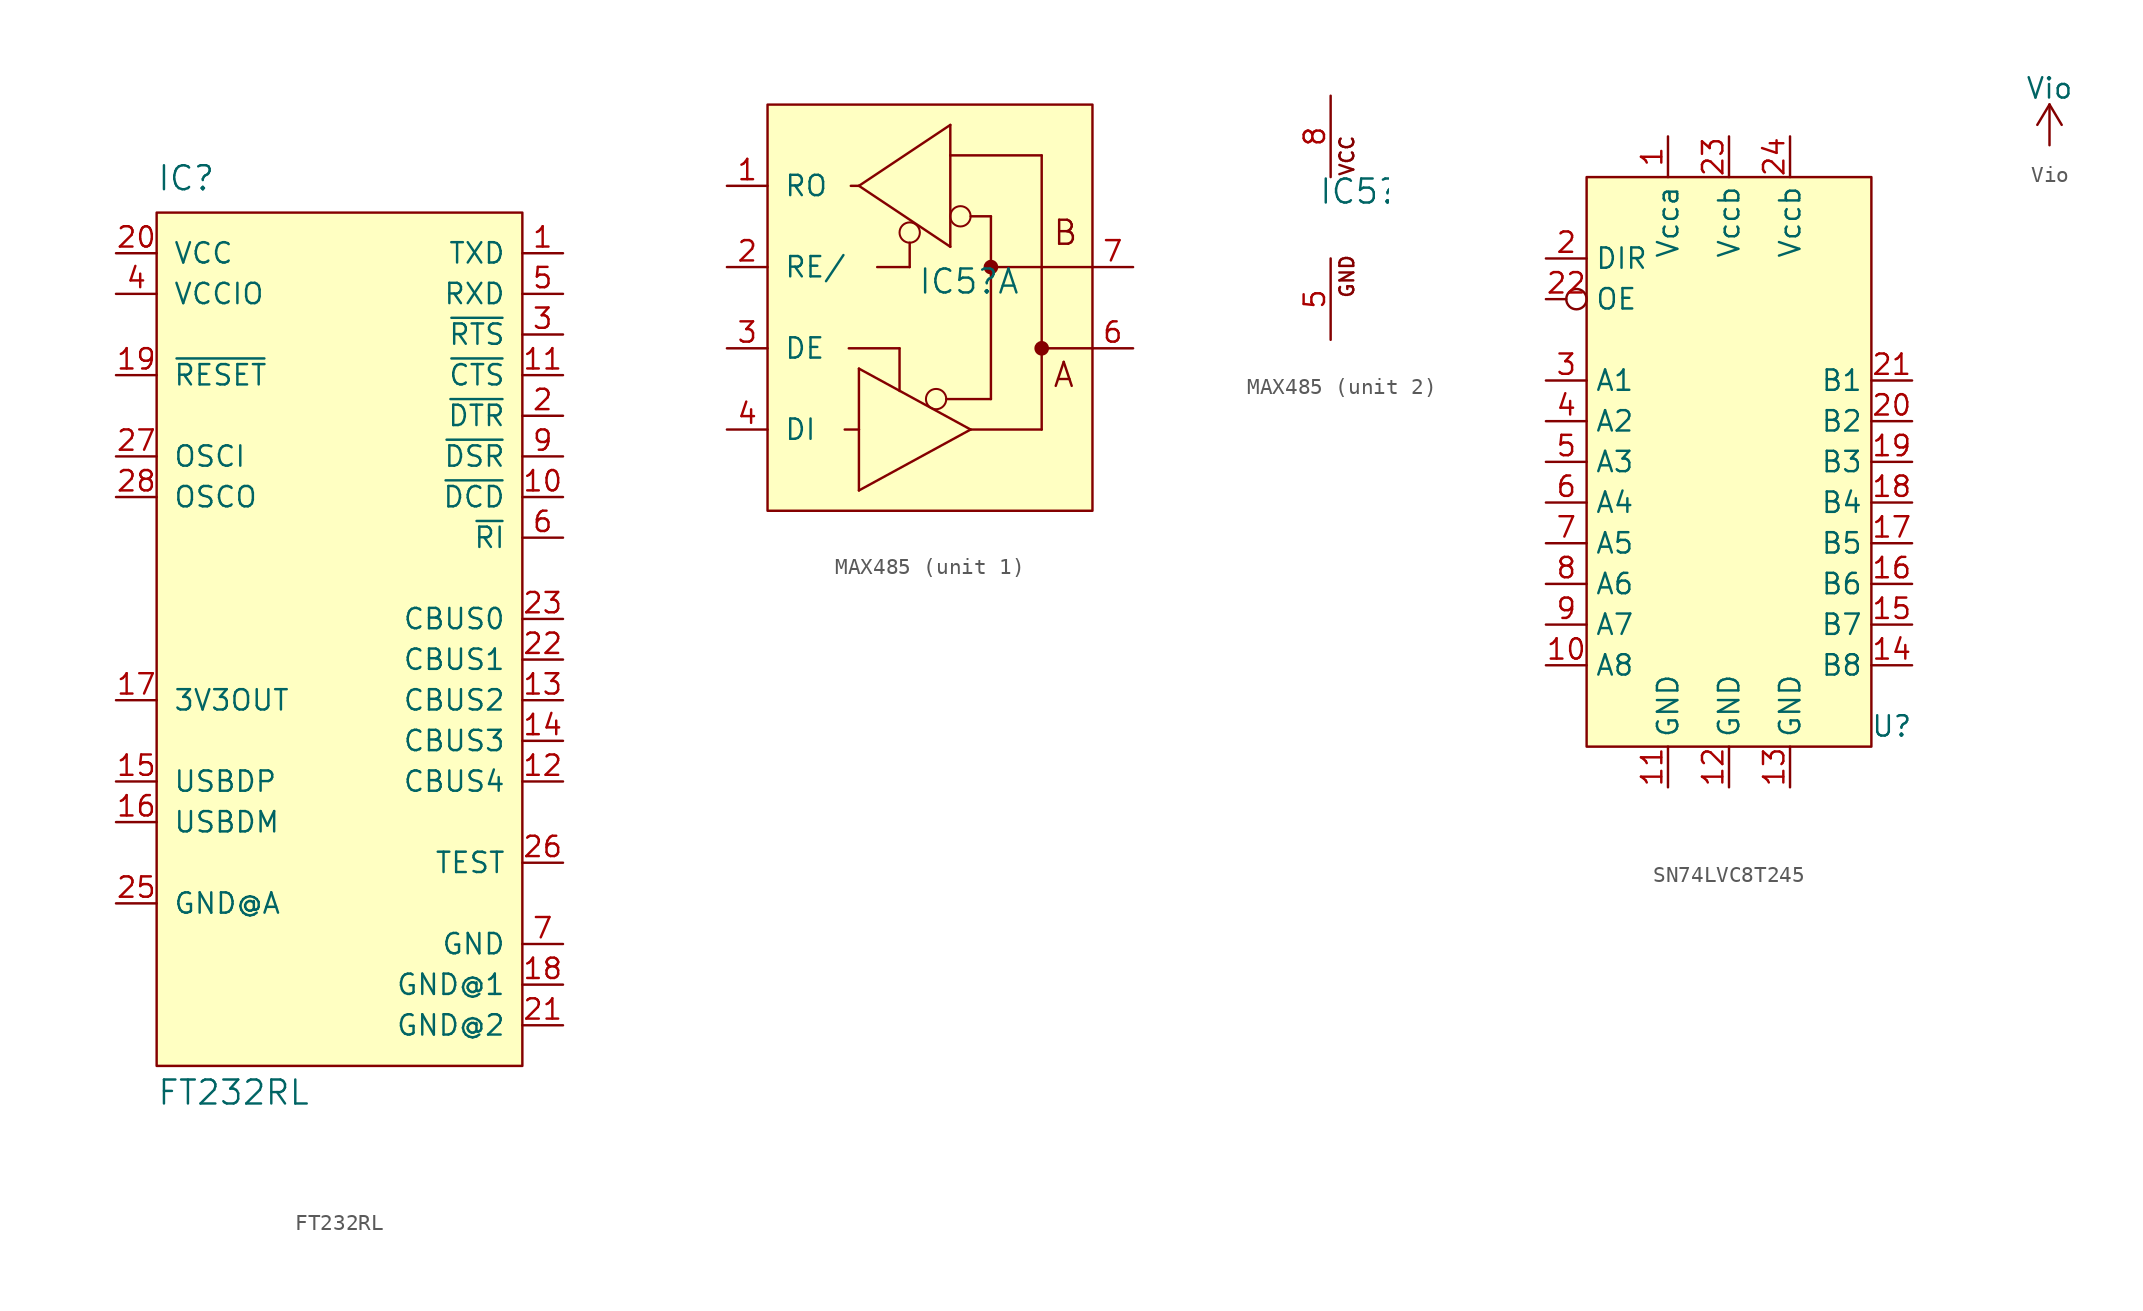
<source format=kicad_sym>
(kicad_symbol_lib
  (version 20231120)
  (generator "kicad_symbol_editor")
  (generator_version "8.0")
  (symbol "FT232RL"
    (pin_names
      (offset 1.016))
    (property "Reference" "IC"
      (at -10.16 26.67 0)
      (effects (font (size 1.499 1.499)) (justify left bottom)))
    (property "Value" "FT232RL"
      (at -10.16 -30.48 0)
      (effects (font (size 1.499 1.499)) (justify left bottom)))
    (property "ki_locked" ""
      (at 0 0 0)
      (effects (font (size 1.27 1.27))))
    (symbol "FT232RL_1_0"
      (pin output line (at 15.24 22.86 180) (length 2.54) (name "TXD" (effects (font (size 1.27 1.27)))) (number "1" (effects (font (size 1.27 1.27)))))
      (pin input line (at 15.24 7.62 180) (length 2.54) (name "~{DCD}" (effects (font (size 1.27 1.27)))) (number "10" (effects (font (size 1.27 1.27)))))
      (pin input line (at 15.24 15.24 180) (length 2.54) (name "~{CTS}" (effects (font (size 1.27 1.27)))) (number "11" (effects (font (size 1.27 1.27)))))
      (pin bidirectional line (at 15.24 -10.16 180) (length 2.54) (name "CBUS4" (effects (font (size 1.27 1.27)))) (number "12" (effects (font (size 1.27 1.27)))))
      (pin bidirectional line (at 15.24 -5.08 180) (length 2.54) (name "CBUS2" (effects (font (size 1.27 1.27)))) (number "13" (effects (font (size 1.27 1.27)))))
      (pin bidirectional line (at 15.24 -7.62 180) (length 2.54) (name "CBUS3" (effects (font (size 1.27 1.27)))) (number "14" (effects (font (size 1.27 1.27)))))
      (pin bidirectional line (at -12.7 -10.16 0) (length 2.54) (name "USBDP" (effects (font (size 1.27 1.27)))) (number "15" (effects (font (size 1.27 1.27)))))
      (pin bidirectional line (at -12.7 -12.7 0) (length 2.54) (name "USBDM" (effects (font (size 1.27 1.27)))) (number "16" (effects (font (size 1.27 1.27)))))
      (pin output line (at -12.7 -5.08 0) (length 2.54) (name "3V3OUT" (effects (font (size 1.27 1.27)))) (number "17" (effects (font (size 1.27 1.27)))))
      (pin power_in line (at 15.24 -22.86 180) (length 2.54) (name "GND@1" (effects (font (size 1.27 1.27)))) (number "18" (effects (font (size 1.27 1.27)))))
      (pin input line (at -12.7 15.24 0) (length 2.54) (name "~{RESET}" (effects (font (size 1.27 1.27)))) (number "19" (effects (font (size 1.27 1.27)))))
      (pin output line (at 15.24 12.7 180) (length 2.54) (name "~{DTR}" (effects (font (size 1.27 1.27)))) (number "2" (effects (font (size 1.27 1.27)))))
      (pin power_in line (at -12.7 22.86 0) (length 2.54) (name "VCC" (effects (font (size 1.27 1.27)))) (number "20" (effects (font (size 1.27 1.27)))))
      (pin power_in line (at 15.24 -25.4 180) (length 2.54) (name "GND@2" (effects (font (size 1.27 1.27)))) (number "21" (effects (font (size 1.27 1.27)))))
      (pin bidirectional line (at 15.24 -2.54 180) (length 2.54) (name "CBUS1" (effects (font (size 1.27 1.27)))) (number "22" (effects (font (size 1.27 1.27)))))
      (pin bidirectional line (at 15.24 0 180) (length 2.54) (name "CBUS0" (effects (font (size 1.27 1.27)))) (number "23" (effects (font (size 1.27 1.27)))))
      (pin power_in line (at -12.7 -17.78 0) (length 2.54) (name "GND@A" (effects (font (size 1.27 1.27)))) (number "25" (effects (font (size 1.27 1.27)))))
      (pin input line (at 15.24 -15.24 180) (length 2.54) (name "TEST" (effects (font (size 1.27 1.27)))) (number "26" (effects (font (size 1.27 1.27)))))
      (pin input line (at -12.7 10.16 0) (length 2.54) (name "OSCI" (effects (font (size 1.27 1.27)))) (number "27" (effects (font (size 1.27 1.27)))))
      (pin output line (at -12.7 7.62 0) (length 2.54) (name "OSCO" (effects (font (size 1.27 1.27)))) (number "28" (effects (font (size 1.27 1.27)))))
      (pin output line (at 15.24 17.78 180) (length 2.54) (name "~{RTS}" (effects (font (size 1.27 1.27)))) (number "3" (effects (font (size 1.27 1.27)))))
      (pin power_in line (at -12.7 20.32 0) (length 2.54) (name "VCCIO" (effects (font (size 1.27 1.27)))) (number "4" (effects (font (size 1.27 1.27)))))
      (pin input line (at 15.24 20.32 180) (length 2.54) (name "RXD" (effects (font (size 1.27 1.27)))) (number "5" (effects (font (size 1.27 1.27)))))
      (pin input line (at 15.24 5.08 180) (length 2.54) (name "~{RI}" (effects (font (size 1.27 1.27)))) (number "6" (effects (font (size 1.27 1.27)))))
      (pin power_in line (at 15.24 -20.32 180) (length 2.54) (name "GND" (effects (font (size 1.27 1.27)))) (number "7" (effects (font (size 1.27 1.27)))))
      (pin input line (at 15.24 10.16 180) (length 2.54) (name "~{DSR}" (effects (font (size 1.27 1.27)))) (number "9" (effects (font (size 1.27 1.27))))))
    (symbol "FT232RL_1_1"
      (rectangle (start -10.16 25.4) (end 12.7 -27.94) (stroke (width 0) (type default)) (fill (type background)))))
  (symbol "MAX485"
    (pin_names
      (offset 1.016))
    (property "Reference" "IC5"
      (at -0.762 0.762 0)
      (effects (font (size 1.499 1.499)) (justify left bottom)))
    (property "ki_locked" ""
      (at 0 0 0)
      (effects (font (size 1.27 1.27))))
    (symbol "MAX485_1_0"
      (circle (center -1.27 4.699) (radius 0.635) (stroke (width 0.127) (type solid)) (fill (type none)))
      (polyline (pts (xy -5.334 -7.62) (xy -4.445 -7.62)) (stroke (width 0) (type solid)) (fill (type none)))
      (polyline (pts (xy -5.08 -2.54) (xy -1.905 -2.54)) (stroke (width 0) (type solid)) (fill (type none)))
      (polyline (pts (xy -4.953 7.62) (xy -4.445 7.62)) (stroke (width 0) (type solid)) (fill (type none)))
      (polyline (pts (xy -4.445 -11.43) (xy -4.445 -7.62)) (stroke (width 0) (type solid)) (fill (type none)))
      (polyline (pts (xy -4.445 -7.62) (xy -4.445 -3.81)) (stroke (width 0) (type solid)) (fill (type none)))
      (polyline (pts (xy -4.445 -3.81) (xy 2.54 -7.62)) (stroke (width 0) (type solid)) (fill (type none)))
      (polyline (pts (xy -4.445 7.62) (xy 1.27 11.43)) (stroke (width 0) (type solid)) (fill (type none)))
      (polyline (pts (xy -3.302 2.54) (xy -1.27 2.54)) (stroke (width 0) (type solid)) (fill (type none)))
      (polyline (pts (xy -1.905 -2.54) (xy -1.905 -5.207)) (stroke (width 0) (type solid)) (fill (type none)))
      (polyline (pts (xy -1.27 2.54) (xy -1.27 4.064)) (stroke (width 0) (type solid)) (fill (type none)))
      (polyline (pts (xy 1.016 -5.715) (xy 3.81 -5.715)) (stroke (width 0) (type solid)) (fill (type none)))
      (polyline (pts (xy 1.27 3.81) (xy -4.445 7.62)) (stroke (width 0) (type solid)) (fill (type none)))
      (polyline (pts (xy 1.27 9.525) (xy 1.27 3.81)) (stroke (width 0) (type solid)) (fill (type none)))
      (polyline (pts (xy 1.27 9.525) (xy 6.985 9.525)) (stroke (width 0) (type solid)) (fill (type none)))
      (polyline (pts (xy 1.27 11.43) (xy 1.27 9.525)) (stroke (width 0) (type solid)) (fill (type none)))
      (polyline (pts (xy 2.54 -7.62) (xy -4.445 -11.43)) (stroke (width 0) (type solid)) (fill (type none)))
      (polyline (pts (xy 2.54 -7.62) (xy 6.985 -7.62)) (stroke (width 0) (type solid)) (fill (type none)))
      (polyline (pts (xy 3.81 -5.715) (xy 3.81 2.54)) (stroke (width 0) (type solid)) (fill (type none)))
      (polyline (pts (xy 3.81 2.54) (xy 3.81 5.715)) (stroke (width 0) (type solid)) (fill (type none)))
      (polyline (pts (xy 3.81 5.715) (xy 2.54 5.715)) (stroke (width 0) (type solid)) (fill (type none)))
      (polyline (pts (xy 6.985 -7.62) (xy 6.985 -2.54)) (stroke (width 0) (type solid)) (fill (type none)))
      (polyline (pts (xy 6.985 -2.54) (xy 6.985 9.525)) (stroke (width 0) (type solid)) (fill (type none)))
      (polyline (pts (xy 10.16 -2.54) (xy 6.985 -2.54)) (stroke (width 0) (type solid)) (fill (type none)))
      (polyline (pts (xy 10.16 2.54) (xy 3.81 2.54)) (stroke (width 0) (type solid)) (fill (type none)))
      (circle (center 0.381 -5.715) (radius 0.635) (stroke (width 0.127) (type solid)) (fill (type none)))
      (circle (center 1.905 5.715) (radius 0.635) (stroke (width 0.127) (type solid)) (fill (type none)))
      (circle (center 3.81 2.54) (radius 0.254) (stroke (width 0.406) (type solid)) (fill (type none)))
      (circle (center 6.985 -2.54) (radius 0.254) (stroke (width 0.406) (type solid)) (fill (type none)))
      (text "A" (at 7.62 -5.08 0) (effects (font (size 1.499 1.499)) (justify left bottom)))
      (text "B" (at 7.62 3.81 0) (effects (font (size 1.499 1.499)) (justify left bottom)))
      (pin output line (at -12.7 7.62 0) (length 2.54) (name "RO" (effects (font (size 1.27 1.27)))) (number "1" (effects (font (size 1.27 1.27)))))
      (pin input line (at -12.7 2.54 0) (length 2.54) (name "RE/" (effects (font (size 1.27 1.27)))) (number "2" (effects (font (size 1.27 1.27)))))
      (pin input line (at -12.7 -2.54 0) (length 2.54) (name "DE" (effects (font (size 1.27 1.27)))) (number "3" (effects (font (size 1.27 1.27)))))
      (pin input line (at -12.7 -7.62 0) (length 2.54) (name "DI" (effects (font (size 1.27 1.27)))) (number "4" (effects (font (size 1.27 1.27)))))
      (pin passive line (at 12.7 -2.54 180) (length 2.54) (name "A" (effects (font (size 0 0)))) (number "6" (effects (font (size 1.27 1.27)))))
      (pin passive line (at 12.7 2.54 180) (length 2.54) (name "B" (effects (font (size 0 0)))) (number "7" (effects (font (size 1.27 1.27))))))
    (symbol "MAX485_1_1"
      (rectangle (start -10.16 12.7) (end 10.16 -12.7) (stroke (width 0) (type default)) (fill (type background))))
    (symbol "MAX485_2_0"
      (text "GND" (at 1.524 -5.08 900) (effects (font (size 0.864 0.864)) (justify left bottom)))
      (text "VCC" (at 1.524 2.54 900) (effects (font (size 0.864 0.864)) (justify left bottom)))
      (pin power_in line (at 0 -7.62 90) (length 5.08) (name "GND" (effects (font (size 0 0)))) (number "5" (effects (font (size 1.27 1.27)))))
      (pin power_in line (at 0 7.62 270) (length 5.08) (name "VCC" (effects (font (size 0 0)))) (number "8" (effects (font (size 1.27 1.27)))))))
  (symbol "SN74LVC8T245"
    (property "Reference" "U"
      (at 10.16 1.27 0)
      (effects (font (size 1.27 1.27))))
    (property "Value" ""
      (at -2.54 0 0)
      (effects (font (size 1.27 1.27))))
    (symbol "SN74LVC8T245_0_1"
      (rectangle (start -8.89 35.56) (end 8.89 0) (stroke (width 0) (type default)) (fill (type background))))
    (symbol "SN74LVC8T245_1_1"
      (pin power_in line (at -3.81 38.1 270) (length 2.54) (name "Vcca" (effects (font (size 1.27 1.27)))) (number "1" (effects (font (size 1.27 1.27)))))
      (pin bidirectional line (at -11.43 5.08 0) (length 2.54) (name "A8" (effects (font (size 1.27 1.27)))) (number "10" (effects (font (size 1.27 1.27)))))
      (pin power_in line (at -3.81 -2.54 90) (length 2.54) (name "GND" (effects (font (size 1.27 1.27)))) (number "11" (effects (font (size 1.27 1.27)))))
      (pin power_in line (at 0 -2.54 90) (length 2.54) (name "GND" (effects (font (size 1.27 1.27)))) (number "12" (effects (font (size 1.27 1.27)))))
      (pin power_in line (at 3.81 -2.54 90) (length 2.54) (name "GND" (effects (font (size 1.27 1.27)))) (number "13" (effects (font (size 1.27 1.27)))))
      (pin bidirectional line (at 11.43 5.08 180) (length 2.54) (name "B8" (effects (font (size 1.27 1.27)))) (number "14" (effects (font (size 1.27 1.27)))))
      (pin bidirectional line (at 11.43 7.62 180) (length 2.54) (name "B7" (effects (font (size 1.27 1.27)))) (number "15" (effects (font (size 1.27 1.27)))))
      (pin bidirectional line (at 11.43 10.16 180) (length 2.54) (name "B6" (effects (font (size 1.27 1.27)))) (number "16" (effects (font (size 1.27 1.27)))))
      (pin bidirectional line (at 11.43 12.7 180) (length 2.54) (name "B5" (effects (font (size 1.27 1.27)))) (number "17" (effects (font (size 1.27 1.27)))))
      (pin bidirectional line (at 11.43 15.24 180) (length 2.54) (name "B4" (effects (font (size 1.27 1.27)))) (number "18" (effects (font (size 1.27 1.27)))))
      (pin bidirectional line (at 11.43 17.78 180) (length 2.54) (name "B3" (effects (font (size 1.27 1.27)))) (number "19" (effects (font (size 1.27 1.27)))))
      (pin input line (at -11.43 30.48 0) (length 2.54) (name "DIR" (effects (font (size 1.27 1.27)))) (number "2" (effects (font (size 1.27 1.27)))))
      (pin bidirectional line (at 11.43 20.32 180) (length 2.54) (name "B2" (effects (font (size 1.27 1.27)))) (number "20" (effects (font (size 1.27 1.27)))))
      (pin bidirectional line (at 11.43 22.86 180) (length 2.54) (name "B1" (effects (font (size 1.27 1.27)))) (number "21" (effects (font (size 1.27 1.27)))))
      (pin input inverted (at -11.43 27.94 0) (length 2.54) (name "OE" (effects (font (size 1.27 1.27)))) (number "22" (effects (font (size 1.27 1.27)))))
      (pin power_in line (at 0 38.1 270) (length 2.54) (name "Vccb" (effects (font (size 1.27 1.27)))) (number "23" (effects (font (size 1.27 1.27)))))
      (pin power_in line (at 3.81 38.1 270) (length 2.54) (name "Vccb" (effects (font (size 1.27 1.27)))) (number "24" (effects (font (size 1.27 1.27)))))
      (pin bidirectional line (at -11.43 22.86 0) (length 2.54) (name "A1" (effects (font (size 1.27 1.27)))) (number "3" (effects (font (size 1.27 1.27)))))
      (pin bidirectional line (at -11.43 20.32 0) (length 2.54) (name "A2" (effects (font (size 1.27 1.27)))) (number "4" (effects (font (size 1.27 1.27)))))
      (pin bidirectional line (at -11.43 17.78 0) (length 2.54) (name "A3" (effects (font (size 1.27 1.27)))) (number "5" (effects (font (size 1.27 1.27)))))
      (pin bidirectional line (at -11.43 15.24 0) (length 2.54) (name "A4" (effects (font (size 1.27 1.27)))) (number "6" (effects (font (size 1.27 1.27)))))
      (pin bidirectional line (at -11.43 12.7 0) (length 2.54) (name "A5" (effects (font (size 1.27 1.27)))) (number "7" (effects (font (size 1.27 1.27)))))
      (pin bidirectional line (at -11.43 10.16 0) (length 2.54) (name "A6" (effects (font (size 1.27 1.27)))) (number "8" (effects (font (size 1.27 1.27)))))
      (pin bidirectional line (at -11.43 7.62 0) (length 2.54) (name "A7" (effects (font (size 1.27 1.27)))) (number "9" (effects (font (size 1.27 1.27)))))))
  (symbol "Vio"
    (power)
    (pin_names
      (offset 0))
    (property "Reference" "#PWR"
      (at 0 -3.81 0)
      (effects (font (size 1.27 1.27)) (hide yes)))
    (property "Value" "Vio"
      (at 0 3.556 0)
      (effects (font (size 1.27 1.27))))
    (symbol "Vio_0_1"
      (polyline (pts (xy -0.762 1.27) (xy 0 2.54)) (stroke (width 0) (type default)) (fill (type none)))
      (polyline (pts (xy 0 0) (xy 0 2.54)) (stroke (width 0) (type default)) (fill (type none)))
      (polyline (pts (xy 0 2.54) (xy 0.762 1.27)) (stroke (width 0) (type default)) (fill (type none))))
    (symbol "Vio_1_1"
      (pin power_in line (at 0 0 90) (length 0) hide (name "Vio" (effects (font (size 1.27 1.27)))) (number "1" (effects (font (size 1.27 1.27))))))))
</source>
